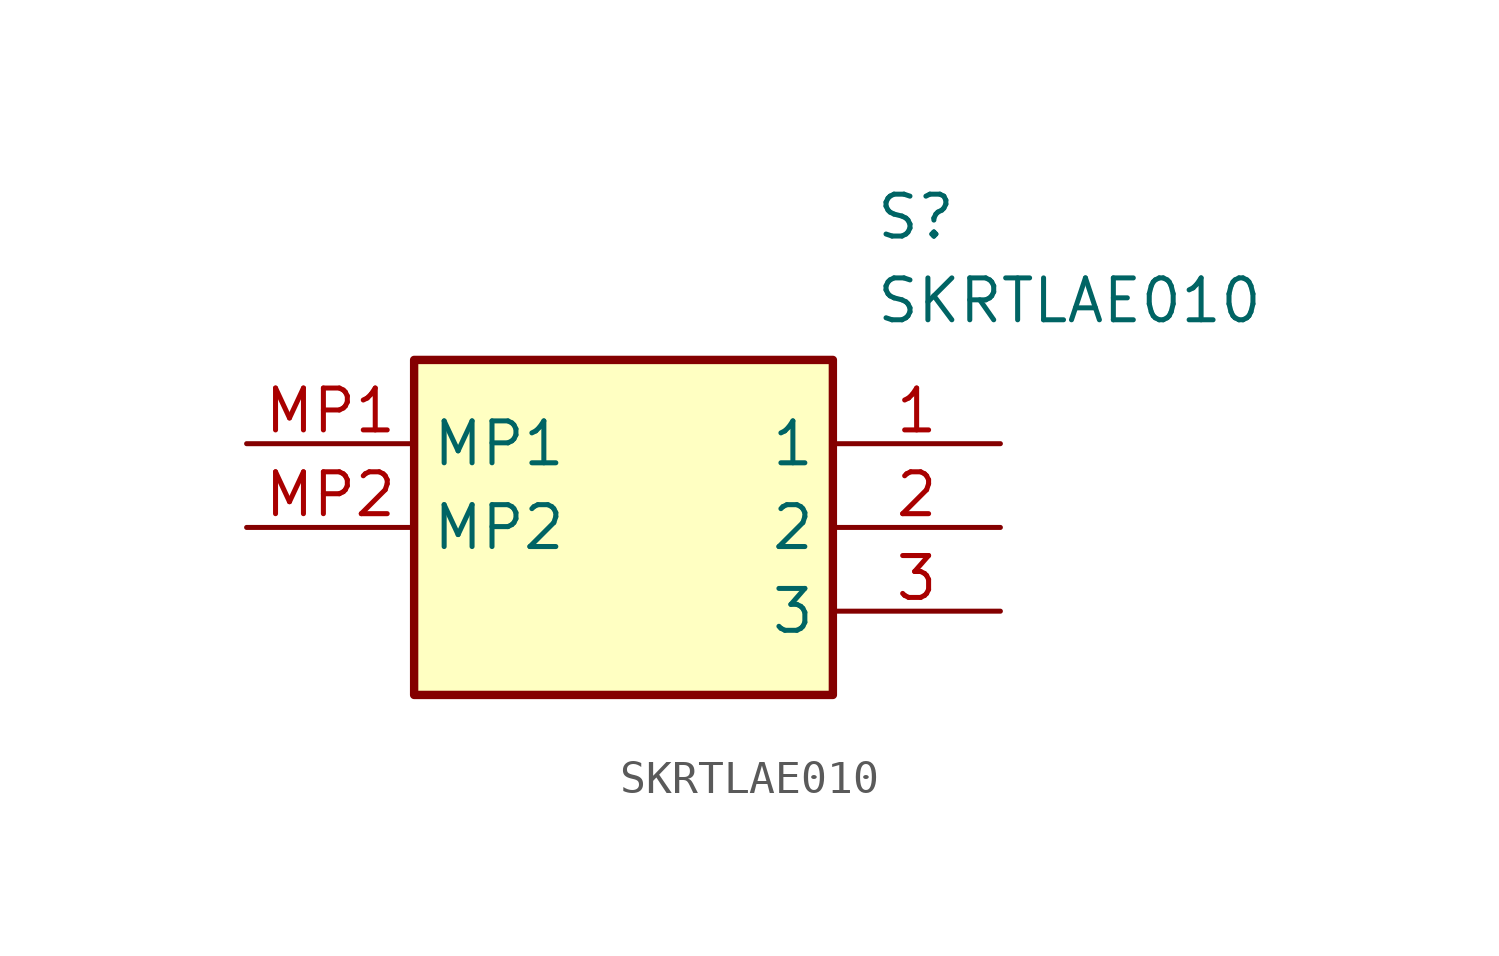
<source format=kicad_sym>
(kicad_symbol_lib
  (version 20211014)
  (generator SamacSys_ECAD_Model)
  (symbol "SKRTLAE010"
    (property "Reference" "S"
      (at 19.05 7.62 0)
      (effects (font (size 1.27 1.27)) (justify left top)))
    (property "Value" "SKRTLAE010"
      (at 19.05 5.08 0)
      (effects (font (size 1.27 1.27)) (justify left top)))
    (rectangle
      (start 5.08 2.54)
      (end 17.78 -7.62)
      (stroke (width 0.254) (type default))
      (fill (type background)))
    (pin passive line
      (at 22.86 0 180)
      (length 5.08)
      (name "1" (effects (font (size 1.27 1.27))))
      (number "1" (effects (font (size 1.27 1.27)))))
    (pin passive line
      (at 22.86 -2.54 180)
      (length 5.08)
      (name "2" (effects (font (size 1.27 1.27))))
      (number "2" (effects (font (size 1.27 1.27)))))
    (pin passive line
      (at 22.86 -5.08 180)
      (length 5.08)
      (name "3" (effects (font (size 1.27 1.27))))
      (number "3" (effects (font (size 1.27 1.27)))))
    (pin passive line
      (at 0 0 0)
      (length 5.08)
      (name "MP1" (effects (font (size 1.27 1.27))))
      (number "MP1" (effects (font (size 1.27 1.27)))))
    (pin passive line
      (at 0 -2.54 0)
      (length 5.08)
      (name "MP2" (effects (font (size 1.27 1.27))))
      (number "MP2" (effects (font (size 1.27 1.27)))))))
</source>
